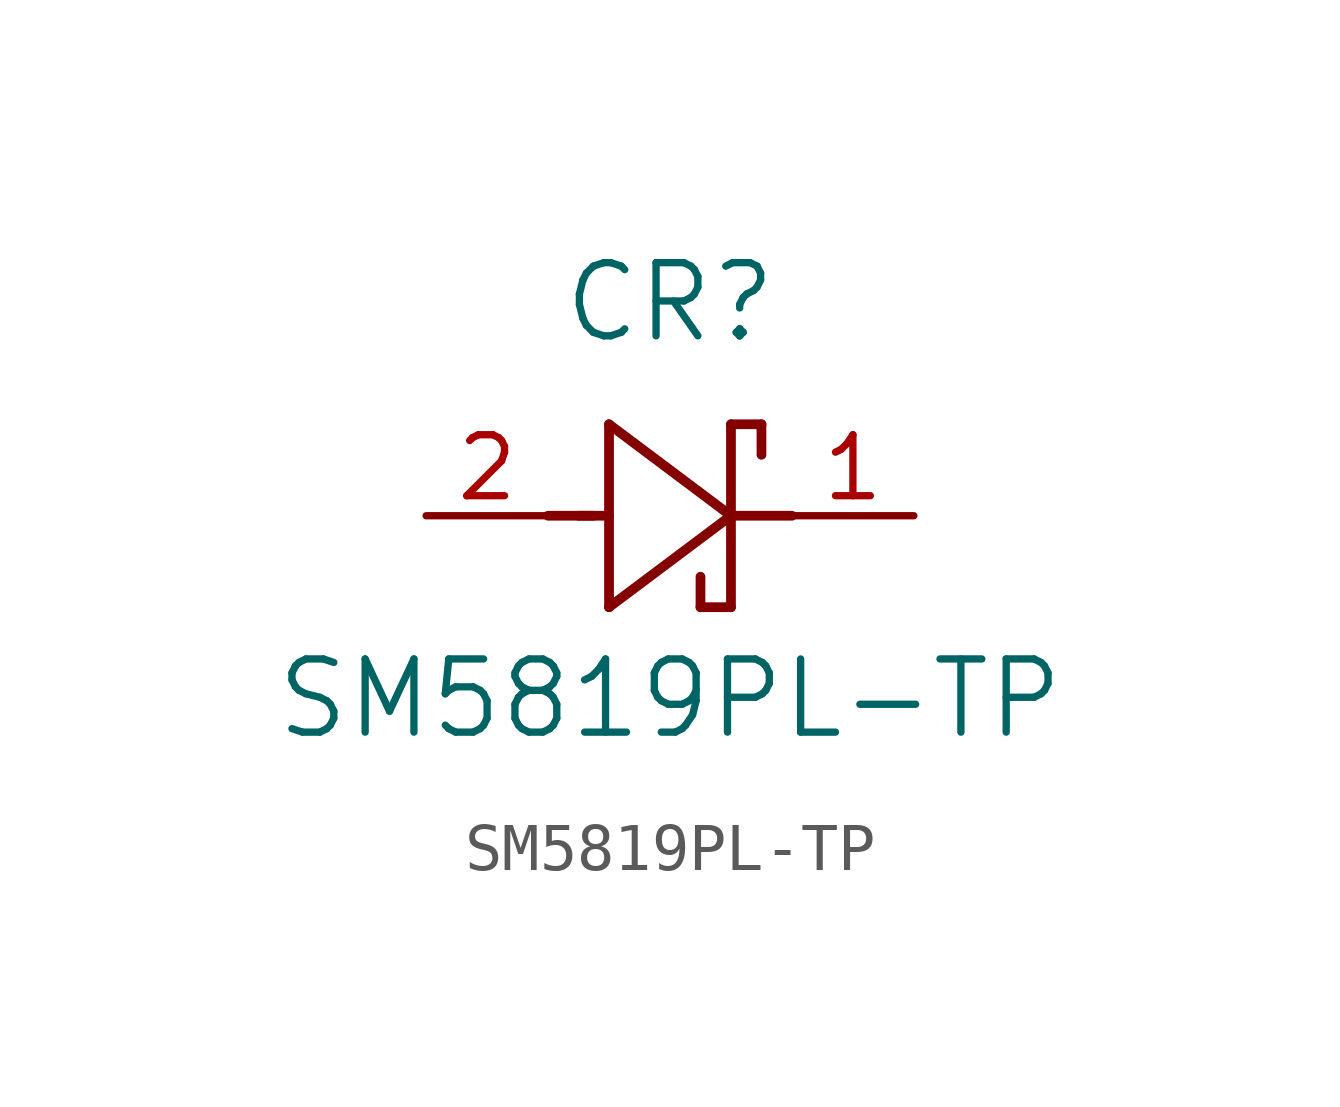
<source format=kicad_sym>
(kicad_symbol_lib
  (version 20211014)
  (generator kicad_symbol_editor)
  (symbol "SM5819PL-TP"
    (pin_names
      (offset 0.254))
    (property "Reference" "CR"
      (at 5.08 4.445 0)
      (effects (font (size 1.524 1.524))))
    (property "Value" "SM5819PL-TP"
      (at 5.08 -3.81 0)
      (effects (font (size 1.524 1.524))))
    (symbol "SM5819PL-TP_0_1"
      (polyline (pts (xy 2.54 0) (xy 3.48 0)) (stroke (width 0.203) (type default) (color 0 0 0 0)) (fill (type none)))
      (polyline (pts (xy 3.175 0) (xy 3.81 0)) (stroke (width 0.203) (type default) (color 0 0 0 0)) (fill (type none)))
      (polyline (pts (xy 3.81 -1.905) (xy 6.35 0)) (stroke (width 0.203) (type default) (color 0 0 0 0)) (fill (type none)))
      (polyline (pts (xy 6.35 -1.905) (xy 5.715 -1.905)) (stroke (width 0.203) (type default) (color 0 0 0 0)) (fill (type none)))
      (polyline (pts (xy 6.35 1.905) (xy 6.985 1.905)) (stroke (width 0.203) (type default) (color 0 0 0 0)) (fill (type none)))
      (polyline (pts (xy 3.81 1.905) (xy 3.81 -1.905)) (stroke (width 0.203) (type default) (color 0 0 0 0)) (fill (type none)))
      (polyline (pts (xy 6.35 -1.905) (xy 6.35 1.905)) (stroke (width 0.203) (type default) (color 0 0 0 0)) (fill (type none)))
      (polyline (pts (xy 6.35 0) (xy 3.81 1.905)) (stroke (width 0.203) (type default) (color 0 0 0 0)) (fill (type none)))
      (polyline (pts (xy 6.35 0) (xy 7.62 0)) (stroke (width 0.203) (type default) (color 0 0 0 0)) (fill (type none)))
      (polyline (pts (xy 6.985 1.905) (xy 6.985 1.27)) (stroke (width 0.203) (type default) (color 0 0 0 0)) (fill (type none)))
      (polyline (pts (xy 5.715 -1.905) (xy 5.715 -1.27)) (stroke (width 0.203) (type default) (color 0 0 0 0)) (fill (type none)))
      (pin unspecified line (at 0 0 0) (length 2.54) (name "" (effects (font (size 1.27 1.27)))) (number "2" (effects (font (size 1.27 1.27)))))
      (pin unspecified line (at 10.16 0 180) (length 2.54) (name "" (effects (font (size 1.27 1.27)))) (number "1" (effects (font (size 1.27 1.27))))))))
</source>
